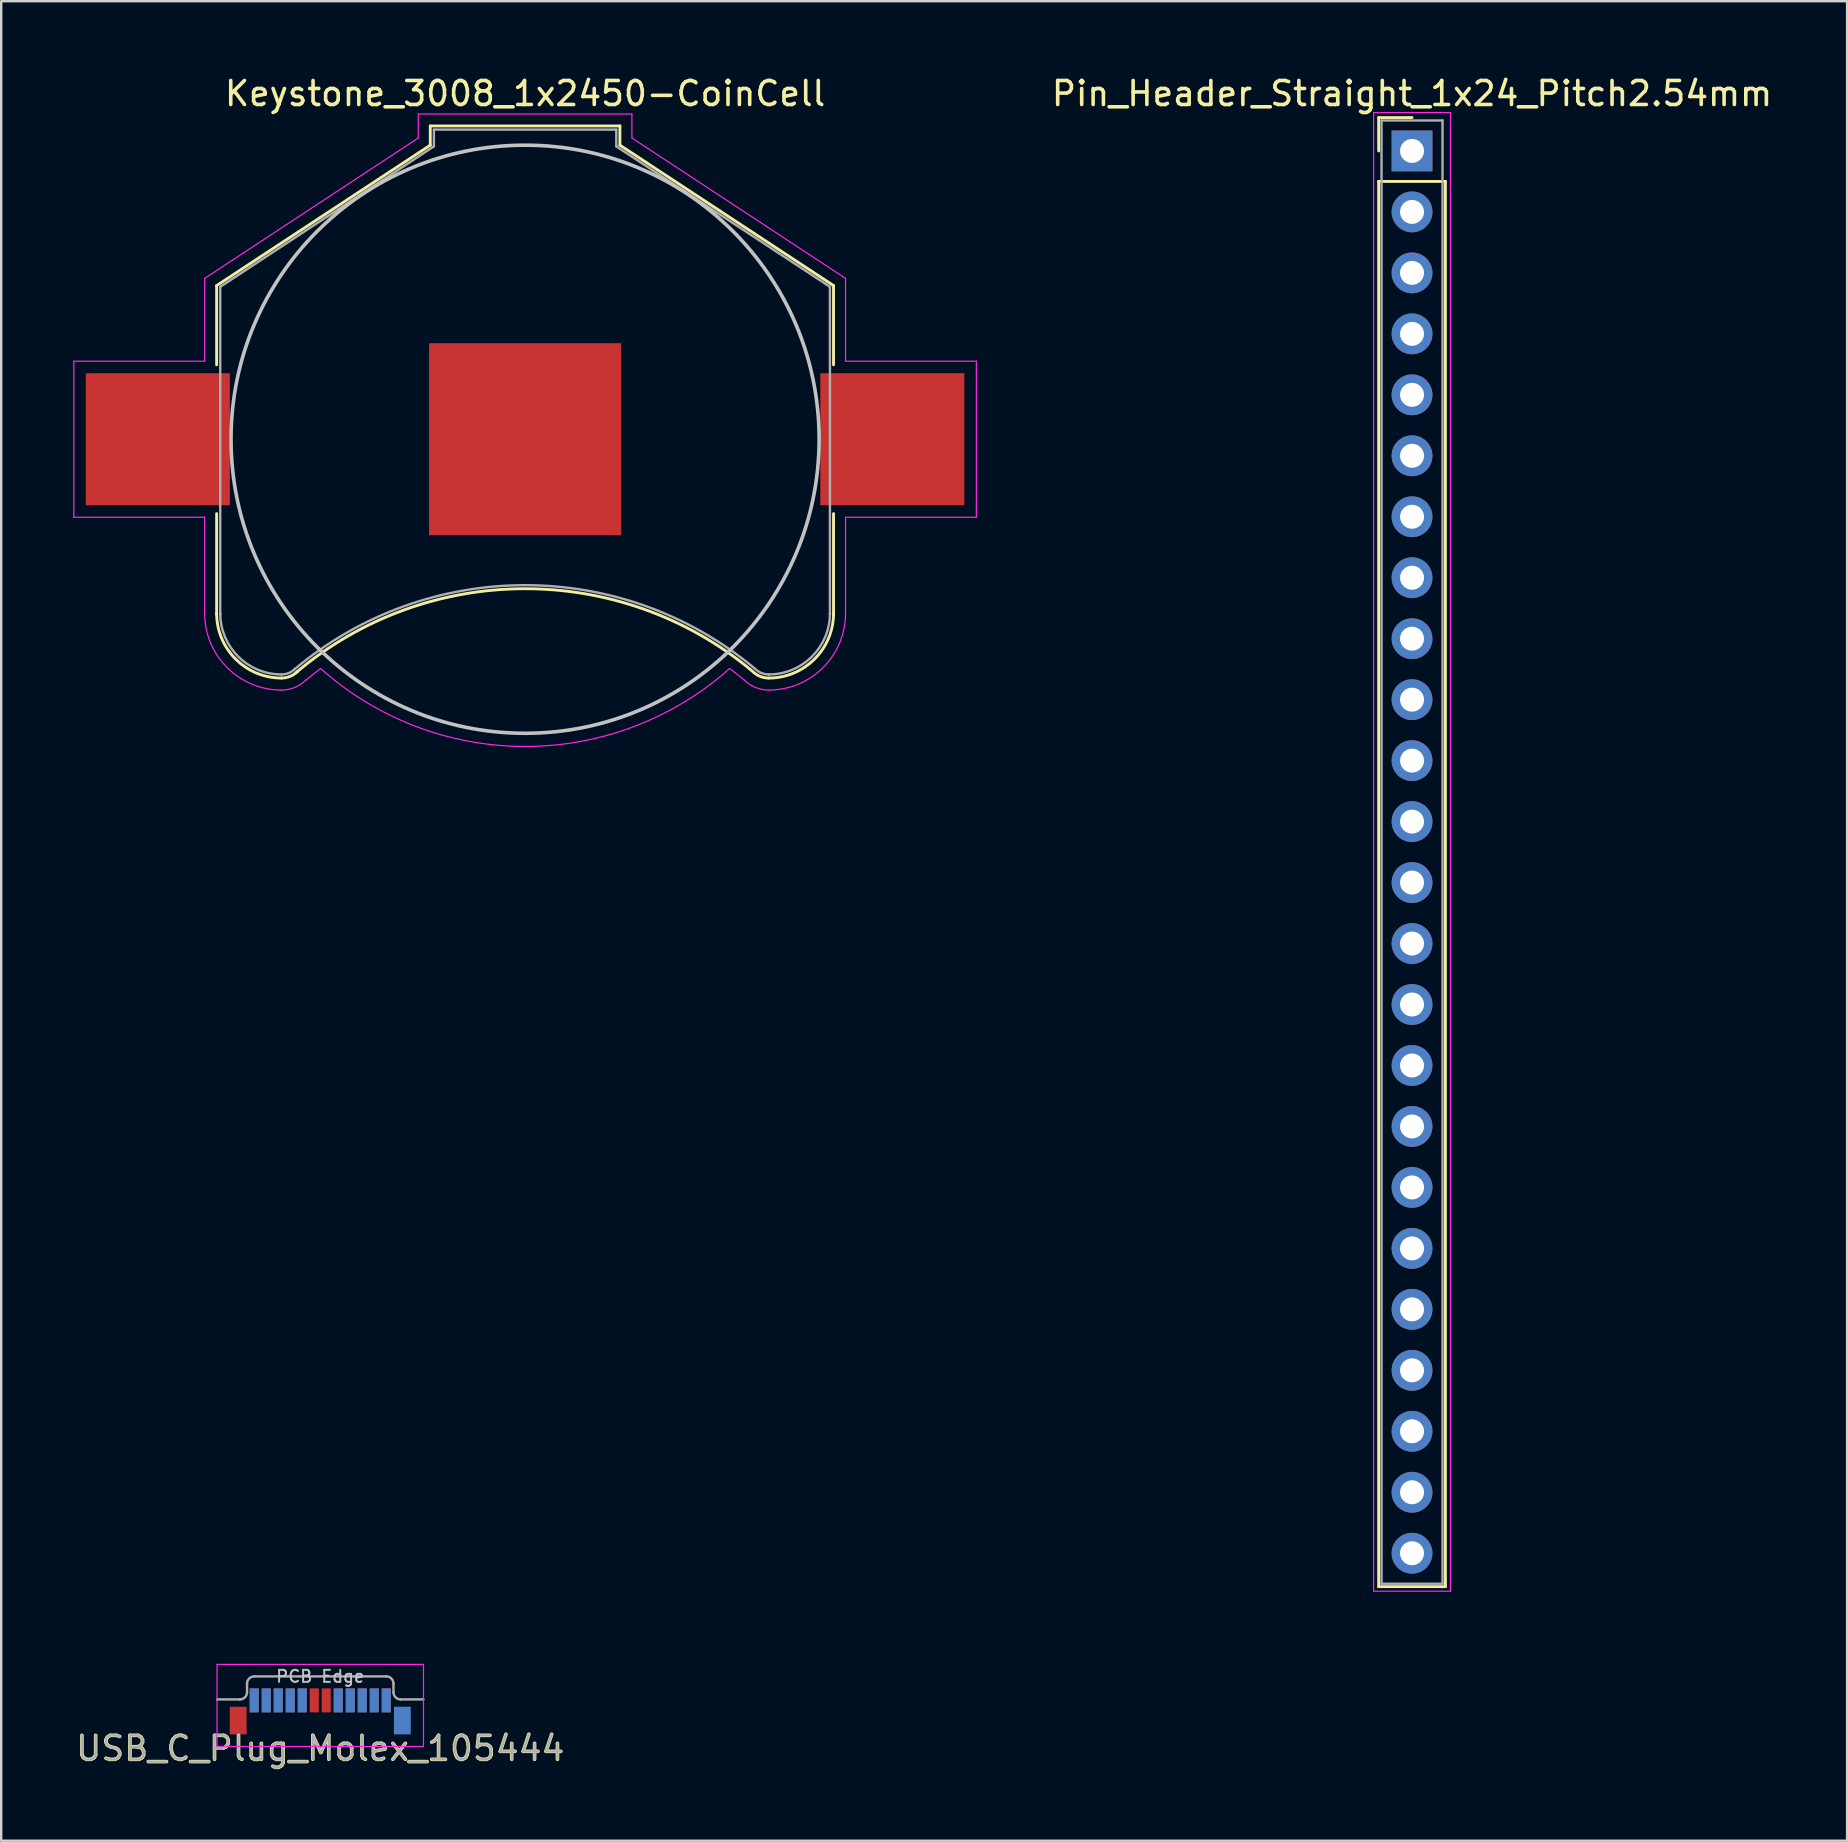
<source format=kicad_pcb>
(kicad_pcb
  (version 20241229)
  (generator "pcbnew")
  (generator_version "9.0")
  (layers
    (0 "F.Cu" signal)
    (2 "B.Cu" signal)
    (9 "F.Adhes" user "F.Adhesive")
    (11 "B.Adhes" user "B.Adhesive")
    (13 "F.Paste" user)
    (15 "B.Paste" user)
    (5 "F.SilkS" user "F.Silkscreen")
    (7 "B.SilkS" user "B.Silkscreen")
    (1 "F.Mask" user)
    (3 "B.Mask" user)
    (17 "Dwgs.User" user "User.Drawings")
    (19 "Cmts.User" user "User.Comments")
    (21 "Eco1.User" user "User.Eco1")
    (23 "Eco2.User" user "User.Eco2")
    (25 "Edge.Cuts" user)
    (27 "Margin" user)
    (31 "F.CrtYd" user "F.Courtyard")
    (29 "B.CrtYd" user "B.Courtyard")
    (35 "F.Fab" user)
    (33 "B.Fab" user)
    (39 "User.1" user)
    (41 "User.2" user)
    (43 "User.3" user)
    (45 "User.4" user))
  (footprint "USB_C_Plug_Molex_105444"
    (layer "F.Cu")
    (at 10.292 67.748)
    (property "Reference" "USB_C_Plug_Molex_105444" (at 0 2.04 0) (layer "F.SilkS") (effects (font (size 1 1) (thickness 0.15))))
    (attr smd)
    (fp_line (start -4.3 1.96) (end -4.3 -1.46) (stroke (width 0.05) (type solid)) (layer "F.CrtYd"))
    (fp_line (start 4.3 -1.46) (end -4.3 -1.46) (stroke (width 0.05) (type solid)) (layer "F.CrtYd"))
    (fp_line (start 4.3 1.96) (end -4.3 1.96) (stroke (width 0.05) (type solid)) (layer "F.CrtYd"))
    (fp_line (start 4.3 1.96) (end 4.3 -1.46) (stroke (width 0.05) (type solid)) (layer "F.CrtYd"))
    (fp_line (start -3.35 0) (end -4.3 0) (stroke (width 0.1) (type solid)) (layer "F.Fab"))
    (fp_line (start -3.05 -0.66) (end -3.05 -0.3) (stroke (width 0.1) (type solid)) (layer "F.Fab"))
    (fp_line (start -2.75 -0.96) (end 2.75 -0.96) (stroke (width 0.1) (type solid)) (layer "F.Fab"))
    (fp_line (start 3.05 -0.66) (end 3.05 -0.3) (stroke (width 0.1) (type solid)) (layer "F.Fab"))
    (fp_line (start 3.35 0) (end 4.3 0) (stroke (width 0.1) (type solid)) (layer "F.Fab"))
    (fp_arc (start -3.05 -0.66) (mid -2.962132 -0.872132) (end -2.75 -0.96) (stroke (width 0.1) (type solid)) (layer "F.Fab"))
    (fp_arc (start -3.05 -0.3) (mid -3.137868 -0.087868) (end -3.35 0) (stroke (width 0.1) (type solid)) (layer "F.Fab"))
    (fp_arc (start 2.75 -0.96) (mid 2.962132 -0.872132) (end 3.05 -0.66) (stroke (width 0.1) (type solid)) (layer "F.Fab"))
    (fp_arc (start 3.35 0) (mid 3.137868 -0.087868) (end 3.05 -0.3) (stroke (width 0.1) (type solid)) (layer "F.Fab"))
    (fp_text user "PCB Edge" (at 0 -0.96 0) (layer "Dwgs.User") (effects (font (size 0.5 0.5) (thickness 0.08))))
    (fp_text user "${REFERENCE}" (at 0 2.04 0) (layer "F.Fab") (effects (font (size 1 1) (thickness 0.1))))
    (pad "A1" smd rect (at -2.75 0.04) (size 0.38 1) (layers "F.Cu" "F.Mask" "F.Paste"))
    (pad "A2" smd rect (at -2.25 0.04) (size 0.38 1) (layers "F.Cu" "F.Mask" "F.Paste"))
    (pad "A3" smd rect (at -1.75 0.04) (size 0.38 1) (layers "F.Cu" "F.Mask" "F.Paste"))
    (pad "A4" smd rect (at -1.25 0.04) (size 0.38 1) (layers "F.Cu" "F.Mask" "F.Paste"))
    (pad "A5" smd rect (at -0.75 0.04) (size 0.38 1) (layers "F.Cu" "F.Mask" "F.Paste"))
    (pad "A6" smd rect (at -0.25 0.04) (size 0.38 1) (layers "F.Cu" "F.Mask" "F.Paste"))
    (pad "A7" smd rect (at 0.25 0.04) (size 0.38 1) (layers "F.Cu" "F.Mask" "F.Paste"))
    (pad "A8" smd rect (at 0.75 0.04) (size 0.38 1) (layers "F.Cu" "F.Mask" "F.Paste"))
    (pad "A9" smd rect (at 1.25 0.04) (size 0.38 1) (layers "F.Cu" "F.Mask" "F.Paste"))
    (pad "A10" smd rect (at 1.75 0.04) (size 0.38 1) (layers "F.Cu" "F.Mask" "F.Paste"))
    (pad "A11" smd rect (at 2.25 0.04) (size 0.38 1) (layers "F.Cu" "F.Mask" "F.Paste"))
    (pad "A12" smd rect (at 2.75 0.04) (size 0.38 1) (layers "F.Cu" "F.Mask" "F.Paste"))
    (pad "B1" smd rect (at 2.75 0.04) (size 0.38 1) (layers "B.Cu" "B.Mask" "B.Paste"))
    (pad "B2" smd rect (at 2.25 0.04) (size 0.38 1) (layers "B.Cu" "B.Mask" "B.Paste"))
    (pad "B3" smd rect (at 1.75 0.04) (size 0.38 1) (layers "B.Cu" "B.Mask" "B.Paste"))
    (pad "B4" smd rect (at 1.25 0.04) (size 0.38 1) (layers "B.Cu" "B.Mask" "B.Paste"))
    (pad "B5" smd rect (at 0.75 0.04) (size 0.38 1) (layers "B.Cu" "B.Mask" "B.Paste"))
    (pad "B8" smd rect (at -0.75 0.04) (size 0.38 1) (layers "B.Cu" "B.Mask" "B.Paste"))
    (pad "B9" smd rect (at -1.25 0.04) (size 0.38 1) (layers "B.Cu" "B.Mask" "B.Paste"))
    (pad "B10" smd rect (at -1.75 0.04) (size 0.38 1) (layers "B.Cu" "B.Mask" "B.Paste"))
    (pad "B11" smd rect (at -2.25 0.04) (size 0.38 1) (layers "B.Cu" "B.Mask" "B.Paste"))
    (pad "B12" smd rect (at -2.75 0.04) (size 0.38 1) (layers "B.Cu" "B.Mask" "B.Paste"))
    (pad "S1" smd rect (at -3.42 0.88) (size 0.7 1.15) (layers "F.Cu" "F.Mask" "F.Paste"))
    (pad "S1" smd rect (at 3.42 0.88) (size 0.7 1.15) (layers "B.Cu" "B.Mask" "B.Paste")))
  (footprint "Keystone_3008_1x2450-CoinCell"
    (layer "F.Cu")
    (at 18.825 15.248)
    (property "Reference" "Keystone_3008_1x2450-CoinCell" (at 0 -14.4 0) (layer "F.SilkS") (effects (font (size 1 1) (thickness 0.15))))
    (attr smd)
    (fp_line (start -12.85 -6.4) (end -12.85 -3.1) (stroke (width 0.12) (type solid)) (layer "F.SilkS"))
    (fp_line (start -12.85 3.1) (end -12.85 7.3) (stroke (width 0.12) (type solid)) (layer "F.SilkS"))
    (fp_line (start -3.95 -13.05) (end -3.95 -12.25) (stroke (width 0.12) (type solid)) (layer "F.SilkS"))
    (fp_line (start -3.95 -13.05) (end 3.95 -13.05) (stroke (width 0.12) (type solid)) (layer "F.SilkS"))
    (fp_line (start -3.95 -12.25) (end -12.85 -6.4) (stroke (width 0.12) (type solid)) (layer "F.SilkS"))
    (fp_line (start 3.95 -13.05) (end 3.95 -12.25) (stroke (width 0.12) (type solid)) (layer "F.SilkS"))
    (fp_line (start 3.95 -12.25) (end 12.85 -6.4) (stroke (width 0.12) (type solid)) (layer "F.SilkS"))
    (fp_line (start 12.85 -6.4) (end 12.85 -3.1) (stroke (width 0.12) (type solid)) (layer "F.SilkS"))
    (fp_line (start 12.85 3.1) (end 12.85 7.3) (stroke (width 0.12) (type solid)) (layer "F.SilkS"))
    (fp_arc (start -10.15 9.95) (mid -12.059188 9.159188) (end -12.85 7.25) (stroke (width 0.12) (type solid)) (layer "F.SilkS"))
    (fp_arc (start -9.55 9.73) (mid -0.071508 6.228057) (end 9.440443 9.638071) (stroke (width 0.12) (type solid)) (layer "F.SilkS"))
    (fp_arc (start -9.478249 9.671751) (mid -9.786451 9.877685) (end -10.15 9.95) (stroke (width 0.12) (type solid)) (layer "F.SilkS"))
    (fp_arc (start 10.15 9.95) (mid 9.786451 9.877686) (end 9.478249 9.671751) (stroke (width 0.12) (type solid)) (layer "F.SilkS"))
    (fp_arc (start 12.85 7.25) (mid 12.059188 9.159188) (end 10.15 9.95) (stroke (width 0.12) (type solid)) (layer "F.SilkS"))
    (fp_circle (center 0 0) (end 12.25 0) (stroke (width 0.15) (type solid)) (fill no) (layer "Dwgs.User"))
    (fp_line (start -18.8 -3.25) (end -18.8 3.25) (stroke (width 0.05) (type solid)) (layer "F.CrtYd"))
    (fp_line (start -18.8 3.25) (end -13.35 3.25) (stroke (width 0.05) (type solid)) (layer "F.CrtYd"))
    (fp_line (start -13.35 -6.7) (end -13.35 -3.25) (stroke (width 0.05) (type solid)) (layer "F.CrtYd"))
    (fp_line (start -13.35 -3.25) (end -18.8 -3.25) (stroke (width 0.05) (type solid)) (layer "F.CrtYd"))
    (fp_line (start -13.35 3.25) (end -13.35 7.3) (stroke (width 0.05) (type solid)) (layer "F.CrtYd"))
    (fp_line (start -4.45 -13.55) (end -4.45 -12.55) (stroke (width 0.05) (type solid)) (layer "F.CrtYd"))
    (fp_line (start -4.45 -13.55) (end 4.45 -13.55) (stroke (width 0.05) (type solid)) (layer "F.CrtYd"))
    (fp_line (start -4.45 -12.55) (end -13.35 -6.7) (stroke (width 0.05) (type solid)) (layer "F.CrtYd"))
    (fp_line (start 4.45 -13.55) (end 4.45 -12.55) (stroke (width 0.05) (type solid)) (layer "F.CrtYd"))
    (fp_line (start 4.45 -12.55) (end 13.35 -6.7) (stroke (width 0.05) (type solid)) (layer "F.CrtYd"))
    (fp_line (start 13.35 -6.7) (end 13.35 -3.25) (stroke (width 0.05) (type solid)) (layer "F.CrtYd"))
    (fp_line (start 13.35 -3.25) (end 18.8 -3.25) (stroke (width 0.05) (type solid)) (layer "F.CrtYd"))
    (fp_line (start 13.35 3.25) (end 13.35 7.3) (stroke (width 0.05) (type solid)) (layer "F.CrtYd"))
    (fp_line (start 18.8 -3.25) (end 18.8 3.25) (stroke (width 0.05) (type solid)) (layer "F.CrtYd"))
    (fp_line (start 18.8 3.25) (end 13.35 3.25) (stroke (width 0.05) (type solid)) (layer "F.CrtYd"))
    (fp_arc (start -10.15 10.45) (mid -12.412742 9.512742) (end -13.35 7.25) (stroke (width 0.05) (type solid)) (layer "F.CrtYd"))
    (fp_arc (start -9.15 10.05) (mid -8.840691 9.798786) (end -8.524488 9.556307) (stroke (width 0.05) (type solid)) (layer "F.CrtYd"))
    (fp_arc (start -9.124695 10.025305) (mid -9.595109 10.339626) (end -10.15 10.45) (stroke (width 0.05) (type solid)) (layer "F.CrtYd"))
    (fp_arc (start 0 12.8) (mid -4.55581 11.961797) (end -8.514949 9.556969) (stroke (width 0.05) (type solid)) (layer "F.CrtYd"))
    (fp_arc (start 8.514949 9.556969) (mid 4.55581 11.961798) (end 0 12.8) (stroke (width 0.05) (type solid)) (layer "F.CrtYd"))
    (fp_arc (start 8.524488 9.556307) (mid 8.840691 9.798786) (end 9.15 10.05) (stroke (width 0.05) (type solid)) (layer "F.CrtYd"))
    (fp_arc (start 10.15 10.45) (mid 9.595109 10.339625) (end 9.124695 10.025305) (stroke (width 0.05) (type solid)) (layer "F.CrtYd"))
    (fp_arc (start 13.35 7.25) (mid 12.412742 9.512742) (end 10.15 10.45) (stroke (width 0.05) (type solid)) (layer "F.CrtYd"))
    (fp_line (start -12.7 -6.35) (end -12.7 7.3) (stroke (width 0.1) (type solid)) (layer "F.Fab"))
    (fp_line (start -3.8 -12.9) (end -3.8 -12.2) (stroke (width 0.1) (type solid)) (layer "F.Fab"))
    (fp_line (start -3.8 -12.9) (end 3.8 -12.9) (stroke (width 0.1) (type solid)) (layer "F.Fab"))
    (fp_line (start -3.8 -12.2) (end -12.7 -6.35) (stroke (width 0.1) (type solid)) (layer "F.Fab"))
    (fp_line (start 3.8 -12.9) (end 3.8 -12.2) (stroke (width 0.1) (type solid)) (layer "F.Fab"))
    (fp_line (start 3.8 -12.2) (end 12.7 -6.35) (stroke (width 0.1) (type solid)) (layer "F.Fab"))
    (fp_line (start 12.7 -6.35) (end 12.7 7.3) (stroke (width 0.1) (type solid)) (layer "F.Fab"))
    (fp_arc (start -10.15 9.8) (mid -11.953122 9.053122) (end -12.7 7.25) (stroke (width 0.1) (type solid)) (layer "F.Fab"))
    (fp_arc (start -9.6 9.58) (mid -0.013392 6.081011) (end 9.579482 9.562783) (stroke (width 0.1) (type solid)) (layer "F.Fab"))
    (fp_arc (start -9.584315 9.565685) (mid -9.843853 9.739103) (end -10.15 9.8) (stroke (width 0.1) (type solid)) (layer "F.Fab"))
    (fp_arc (start 10.15 9.8) (mid 9.843853 9.739104) (end 9.584315 9.565685) (stroke (width 0.1) (type solid)) (layer "F.Fab"))
    (fp_arc (start 12.7 7.25) (mid 11.953122 9.053122) (end 10.15 9.8) (stroke (width 0.1) (type solid)) (layer "F.Fab"))
    (pad "1" smd rect (at -15.3 0) (size 6 5.5) (layers "F.Cu" "F.Mask" "F.Paste"))
    (pad "1" smd rect (at 15.3 0) (size 6 5.5) (layers "F.Cu" "F.Mask" "F.Paste"))
    (pad "2" smd rect (at 0 0) (size 8 8) (layers "F.Cu" "F.Mask")))
  (footprint "Pin_Header_Straight_1x24_Pitch2.54mm"
    (layer "F.Cu")
    (at 55.775 3.238)
    (property "Reference" "Pin_Header_Straight_1x24_Pitch2.54mm" (at 0 -2.39 0) (layer "F.SilkS") (effects (font (size 1 1) (thickness 0.15))))
    (attr through_hole)
    (fp_line (start -1.39 -1.39) (end 0 -1.39) (stroke (width 0.12) (type solid)) (layer "F.SilkS"))
    (fp_line (start -1.39 0) (end -1.39 -1.39) (stroke (width 0.12) (type solid)) (layer "F.SilkS"))
    (fp_line (start -1.39 1.27) (end -1.39 59.81) (stroke (width 0.12) (type solid)) (layer "F.SilkS"))
    (fp_line (start -1.39 59.81) (end 1.39 59.81) (stroke (width 0.12) (type solid)) (layer "F.SilkS"))
    (fp_line (start 1.39 1.27) (end -1.39 1.27) (stroke (width 0.12) (type solid)) (layer "F.SilkS"))
    (fp_line (start 1.39 59.81) (end 1.39 1.27) (stroke (width 0.12) (type solid)) (layer "F.SilkS"))
    (fp_line (start -1.6 -1.6) (end -1.6 60) (stroke (width 0.05) (type solid)) (layer "F.CrtYd"))
    (fp_line (start -1.6 60) (end 1.6 60) (stroke (width 0.05) (type solid)) (layer "F.CrtYd"))
    (fp_line (start 1.6 -1.6) (end -1.6 -1.6) (stroke (width 0.05) (type solid)) (layer "F.CrtYd"))
    (fp_line (start 1.6 60) (end 1.6 -1.6) (stroke (width 0.05) (type solid)) (layer "F.CrtYd"))
    (fp_line (start -1.27 -1.27) (end -1.27 59.69) (stroke (width 0.1) (type solid)) (layer "F.Fab"))
    (fp_line (start -1.27 59.69) (end 1.27 59.69) (stroke (width 0.1) (type solid)) (layer "F.Fab"))
    (fp_line (start 1.27 -1.27) (end -1.27 -1.27) (stroke (width 0.1) (type solid)) (layer "F.Fab"))
    (fp_line (start 1.27 59.69) (end 1.27 -1.27) (stroke (width 0.1) (type solid)) (layer "F.Fab"))
    (pad "1" thru_hole rect (at 0 0) (size 1.7 1.7) (drill 1) (layers "*.Cu" "*.Mask"))
    (pad "2" thru_hole oval (at 0 2.54) (size 1.7 1.7) (drill 1) (layers "*.Cu" "*.Mask"))
    (pad "3" thru_hole oval (at 0 5.08) (size 1.7 1.7) (drill 1) (layers "*.Cu" "*.Mask"))
    (pad "4" thru_hole oval (at 0 7.62) (size 1.7 1.7) (drill 1) (layers "*.Cu" "*.Mask"))
    (pad "5" thru_hole oval (at 0 10.16) (size 1.7 1.7) (drill 1) (layers "*.Cu" "*.Mask"))
    (pad "6" thru_hole oval (at 0 12.7) (size 1.7 1.7) (drill 1) (layers "*.Cu" "*.Mask"))
    (pad "7" thru_hole oval (at 0 15.24) (size 1.7 1.7) (drill 1) (layers "*.Cu" "*.Mask"))
    (pad "8" thru_hole oval (at 0 17.78) (size 1.7 1.7) (drill 1) (layers "*.Cu" "*.Mask"))
    (pad "9" thru_hole oval (at 0 20.32) (size 1.7 1.7) (drill 1) (layers "*.Cu" "*.Mask"))
    (pad "10" thru_hole oval (at 0 22.86) (size 1.7 1.7) (drill 1) (layers "*.Cu" "*.Mask"))
    (pad "11" thru_hole oval (at 0 25.4) (size 1.7 1.7) (drill 1) (layers "*.Cu" "*.Mask"))
    (pad "12" thru_hole oval (at 0 27.94) (size 1.7 1.7) (drill 1) (layers "*.Cu" "*.Mask"))
    (pad "13" thru_hole oval (at 0 30.48) (size 1.7 1.7) (drill 1) (layers "*.Cu" "*.Mask"))
    (pad "14" thru_hole oval (at 0 33.02) (size 1.7 1.7) (drill 1) (layers "*.Cu" "*.Mask"))
    (pad "15" thru_hole oval (at 0 35.56) (size 1.7 1.7) (drill 1) (layers "*.Cu" "*.Mask"))
    (pad "16" thru_hole oval (at 0 38.1) (size 1.7 1.7) (drill 1) (layers "*.Cu" "*.Mask"))
    (pad "17" thru_hole oval (at 0 40.64) (size 1.7 1.7) (drill 1) (layers "*.Cu" "*.Mask"))
    (pad "18" thru_hole oval (at 0 43.18) (size 1.7 1.7) (drill 1) (layers "*.Cu" "*.Mask"))
    (pad "19" thru_hole oval (at 0 45.72) (size 1.7 1.7) (drill 1) (layers "*.Cu" "*.Mask"))
    (pad "20" thru_hole oval (at 0 48.26) (size 1.7 1.7) (drill 1) (layers "*.Cu" "*.Mask"))
    (pad "21" thru_hole oval (at 0 50.8) (size 1.7 1.7) (drill 1) (layers "*.Cu" "*.Mask"))
    (pad "22" thru_hole oval (at 0 53.34) (size 1.7 1.7) (drill 1) (layers "*.Cu" "*.Mask"))
    (pad "23" thru_hole oval (at 0 55.88) (size 1.7 1.7) (drill 1) (layers "*.Cu" "*.Mask"))
    (pad "24" thru_hole oval (at 0 58.42) (size 1.7 1.7) (drill 1) (layers "*.Cu" "*.Mask")))
  (gr_rect
    (start -3 -3)
    (end 73.9 73.636)
    (stroke (width 0.1) (type default))
    (fill no)
    (layer "Edge.Cuts")))
</source>
